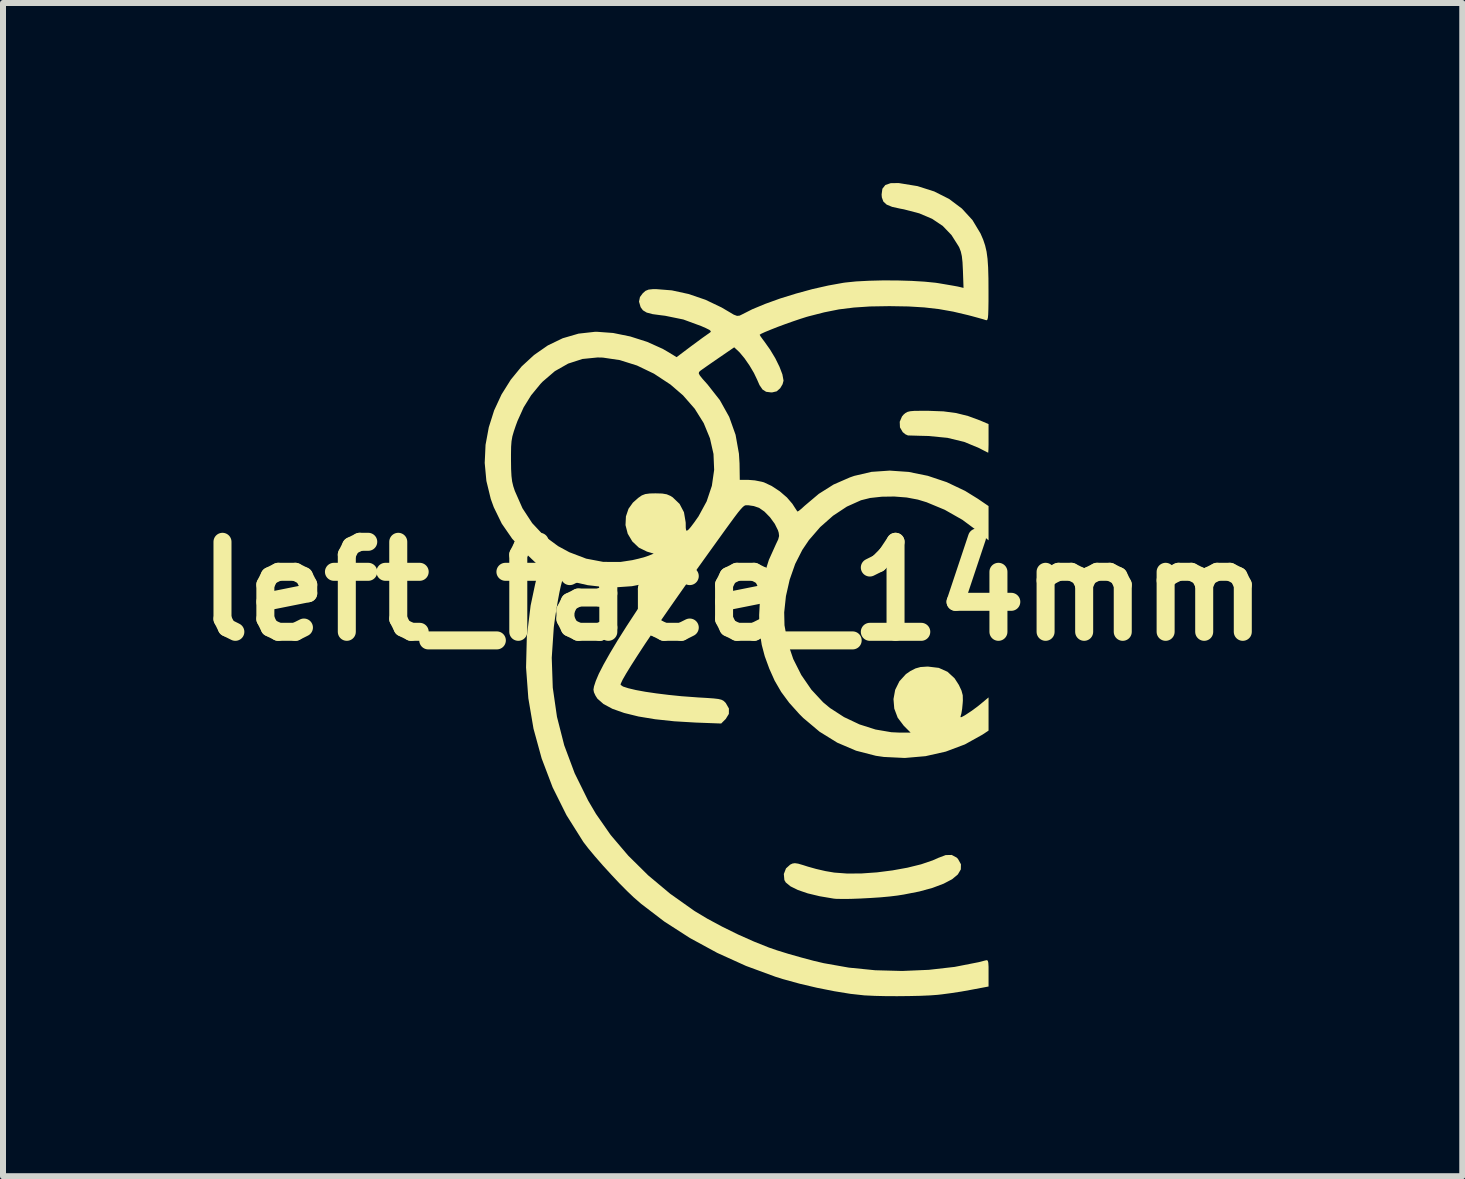
<source format=kicad_pcb>
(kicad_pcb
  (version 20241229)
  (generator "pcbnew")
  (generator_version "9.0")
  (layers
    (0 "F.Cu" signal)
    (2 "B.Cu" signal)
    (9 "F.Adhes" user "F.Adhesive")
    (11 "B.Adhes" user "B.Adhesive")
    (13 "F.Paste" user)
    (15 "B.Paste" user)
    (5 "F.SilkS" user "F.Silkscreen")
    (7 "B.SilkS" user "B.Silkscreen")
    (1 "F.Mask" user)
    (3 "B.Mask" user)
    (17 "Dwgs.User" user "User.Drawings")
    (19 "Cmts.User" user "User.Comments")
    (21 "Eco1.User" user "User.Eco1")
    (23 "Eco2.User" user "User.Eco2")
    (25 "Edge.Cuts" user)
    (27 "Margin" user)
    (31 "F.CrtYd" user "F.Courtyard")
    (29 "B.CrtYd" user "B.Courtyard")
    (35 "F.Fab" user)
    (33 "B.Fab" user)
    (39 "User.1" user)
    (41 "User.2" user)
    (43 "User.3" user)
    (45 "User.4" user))
  (footprint "left_face_14mm"
    (layer "F.Cu")
    (at 9.157 6.799)
    (property "Reference" "left_face_14mm" (at 0 0 0) (layer "F.SilkS") (effects (font (size 1.5 1.5) (thickness 0.3))))
    (attr board_only exclude_from_pos_files exclude_from_bom)
    (fp_poly (pts (xy 3.267 -3.004) (xy 3.512 -2.995) (xy 3.724 -2.967) (xy 3.921 -2.918) (xy 4.122 -2.844) (xy 4.138 -2.837) (xy 4.264 -2.783) (xy 4.264 -2.544) (xy 4.264 -2.439) (xy 4.262 -2.357) (xy 4.259 -2.312) (xy 4.258 -2.306) (xy 4.233 -2.318) (xy 4.174 -2.348) (xy 4.105 -2.384) (xy 3.859 -2.486) (xy 3.578 -2.554) (xy 3.269 -2.584) (xy 3.245 -2.585) (xy 3.123 -2.588) (xy 3.02 -2.591) (xy 2.948 -2.593) (xy 2.92 -2.594) (xy 2.878 -2.613) (xy 2.834 -2.649) (xy 2.788 -2.728) (xy 2.784 -2.822) (xy 2.822 -2.91) (xy 2.849 -2.942) (xy 2.88 -2.968) (xy 2.913 -2.986) (xy 2.958 -2.997) (xy 3.025 -3.003) (xy 3.126 -3.004)) (stroke (width 0) (type solid)) (fill yes) (layer "F.SilkS"))
    (fp_poly (pts (xy 3.733 4.44) (xy 3.755 4.463) (xy 3.804 4.551) (xy 3.802 4.637) (xy 3.752 4.721) (xy 3.656 4.801) (xy 3.515 4.875) (xy 3.332 4.944) (xy 3.11 5.005) (xy 2.849 5.056) (xy 2.741 5.073) (xy 2.616 5.088) (xy 2.464 5.102) (xy 2.297 5.113) (xy 2.127 5.122) (xy 1.966 5.128) (xy 1.827 5.129) (xy 1.722 5.127) (xy 1.682 5.123) (xy 1.451 5.084) (xy 1.251 5.036) (xy 1.087 4.98) (xy 0.964 4.919) (xy 0.885 4.854) (xy 0.862 4.814) (xy 0.853 4.713) (xy 0.889 4.62) (xy 0.959 4.557) (xy 0.997 4.539) (xy 1.037 4.533) (xy 1.092 4.541) (xy 1.174 4.565) (xy 1.252 4.59) (xy 1.391 4.629) (xy 1.547 4.665) (xy 1.689 4.689) (xy 1.697 4.69) (xy 1.911 4.706) (xy 2.151 4.704) (xy 2.407 4.686) (xy 2.665 4.653) (xy 2.913 4.608) (xy 3.14 4.552) (xy 3.334 4.486) (xy 3.426 4.445) (xy 3.55 4.398) (xy 3.651 4.396)) (stroke (width 0) (type solid)) (fill yes) (layer "F.SilkS"))
    (fp_poly (pts (xy 2.773 -6.798) (xy 3.08 -6.748) (xy 3.359 -6.659) (xy 3.607 -6.534) (xy 3.82 -6.374) (xy 3.996 -6.182) (xy 4.13 -5.959) (xy 4.132 -5.954) (xy 4.175 -5.855) (xy 4.207 -5.759) (xy 4.231 -5.656) (xy 4.247 -5.537) (xy 4.257 -5.392) (xy 4.262 -5.212) (xy 4.263 -5.002) (xy 4.263 -4.827) (xy 4.261 -4.698) (xy 4.258 -4.609) (xy 4.253 -4.553) (xy 4.244 -4.523) (xy 4.233 -4.513) (xy 4.217 -4.516) (xy 4.173 -4.53) (xy 4.091 -4.553) (xy 3.985 -4.582) (xy 3.92 -4.599) (xy 3.674 -4.657) (xy 3.437 -4.699) (xy 3.193 -4.727) (xy 2.929 -4.743) (xy 2.628 -4.748) (xy 2.596 -4.748) (xy 2.29 -4.743) (xy 2.021 -4.725) (xy 1.771 -4.694) (xy 1.526 -4.645) (xy 1.268 -4.579) (xy 1.232 -4.569) (xy 1.128 -4.536) (xy 1.007 -4.495) (xy 0.877 -4.449) (xy 0.75 -4.402) (xy 0.634 -4.356) (xy 0.539 -4.317) (xy 0.474 -4.287) (xy 0.45 -4.271) (xy 0.45 -4.271) (xy 0.465 -4.245) (xy 0.503 -4.192) (xy 0.526 -4.162) (xy 0.624 -4.024) (xy 0.711 -3.879) (xy 0.781 -3.737) (xy 0.829 -3.611) (xy 0.847 -3.513) (xy 0.848 -3.506) (xy 0.832 -3.447) (xy 0.793 -3.381) (xy 0.793 -3.381) (xy 0.735 -3.329) (xy 0.659 -3.311) (xy 0.638 -3.311) (xy 0.558 -3.321) (xy 0.498 -3.359) (xy 0.448 -3.432) (xy 0.408 -3.523) (xy 0.355 -3.634) (xy 0.281 -3.759) (xy 0.198 -3.879) (xy 0.119 -3.974) (xy 0.096 -3.997) (xy 0.026 -4.062) (xy -0.232 -3.885) (xy -0.338 -3.812) (xy -0.433 -3.746) (xy -0.504 -3.696) (xy -0.54 -3.67) (xy -0.56 -3.65) (xy -0.564 -3.626) (xy -0.546 -3.592) (xy -0.501 -3.536) (xy -0.426 -3.452) (xy -0.418 -3.443) (xy -0.213 -3.182) (xy -0.057 -2.902) (xy 0.049 -2.604) (xy 0.105 -2.289) (xy 0.115 -2.126) (xy 0.119 -1.854) (xy 0.257 -1.854) (xy 0.37 -1.845) (xy 0.486 -1.822) (xy 0.522 -1.812) (xy 0.65 -1.752) (xy 0.784 -1.664) (xy 0.905 -1.56) (xy 0.996 -1.454) (xy 1.002 -1.444) (xy 1.044 -1.379) (xy 1.073 -1.335) (xy 1.079 -1.326) (xy 1.101 -1.336) (xy 1.149 -1.375) (xy 1.199 -1.421) (xy 1.436 -1.621) (xy 1.682 -1.776) (xy 1.952 -1.894) (xy 2.026 -1.92) (xy 2.313 -1.987) (xy 2.617 -2.008) (xy 2.933 -1.986) (xy 3.252 -1.921) (xy 3.568 -1.815) (xy 3.873 -1.67) (xy 4.085 -1.539) (xy 4.264 -1.417) (xy 4.264 -1.132) (xy 4.264 -0.846) (xy 4.099 -0.987) (xy 3.828 -1.188) (xy 3.534 -1.355) (xy 3.231 -1.481) (xy 3.086 -1.525) (xy 2.9 -1.56) (xy 2.694 -1.576) (xy 2.485 -1.573) (xy 2.292 -1.552) (xy 2.139 -1.514) (xy 1.903 -1.408) (xy 1.673 -1.256) (xy 1.459 -1.067) (xy 1.271 -0.85) (xy 1.161 -0.687) (xy 1.042 -0.453) (xy 0.95 -0.19) (xy 0.888 0.084) (xy 0.859 0.355) (xy 0.864 0.569) (xy 0.915 0.852) (xy 1.01 1.132) (xy 1.144 1.398) (xy 1.312 1.642) (xy 1.507 1.852) (xy 1.621 1.947) (xy 1.856 2.099) (xy 2.114 2.221) (xy 2.381 2.306) (xy 2.644 2.351) (xy 2.771 2.357) (xy 2.965 2.357) (xy 2.852 2.244) (xy 2.75 2.109) (xy 2.693 1.957) (xy 2.68 1.799) (xy 2.708 1.645) (xy 2.778 1.503) (xy 2.887 1.383) (xy 2.961 1.332) (xy 3.047 1.288) (xy 3.13 1.265) (xy 3.235 1.258) (xy 3.26 1.258) (xy 3.435 1.279) (xy 3.58 1.344) (xy 3.698 1.453) (xy 3.769 1.563) (xy 3.813 1.657) (xy 3.834 1.735) (xy 3.836 1.824) (xy 3.833 1.867) (xy 3.824 1.962) (xy 3.811 2.04) (xy 3.801 2.075) (xy 3.795 2.1) (xy 3.815 2.099) (xy 3.868 2.07) (xy 3.896 2.052) (xy 3.985 1.993) (xy 4.085 1.919) (xy 4.138 1.876) (xy 4.264 1.771) (xy 4.264 2.048) (xy 4.264 2.324) (xy 4.163 2.391) (xy 3.87 2.554) (xy 3.551 2.674) (xy 3.214 2.75) (xy 2.868 2.78) (xy 2.519 2.763) (xy 2.387 2.744) (xy 2.057 2.659) (xy 1.743 2.525) (xy 1.449 2.343) (xy 1.177 2.114) (xy 1.111 2.048) (xy 0.942 1.86) (xy 0.809 1.68) (xy 0.7 1.492) (xy 0.611 1.293) (xy 0.535 1.085) (xy 0.485 0.896) (xy 0.455 0.703) (xy 0.443 0.488) (xy 0.442 0.397) (xy 0.459 0.071) (xy 0.512 -0.23) (xy 0.604 -0.521) (xy 0.722 -0.783) (xy 0.76 -0.863) (xy 0.774 -0.919) (xy 0.768 -0.972) (xy 0.755 -1.014) (xy 0.702 -1.121) (xy 0.622 -1.231) (xy 0.53 -1.325) (xy 0.441 -1.387) (xy 0.353 -1.417) (xy 0.266 -1.43) (xy 0.261 -1.43) (xy 0.241 -1.43) (xy 0.224 -1.431) (xy 0.207 -1.428) (xy 0.188 -1.417) (xy 0.164 -1.396) (xy 0.132 -1.361) (xy 0.089 -1.309) (xy 0.033 -1.235) (xy -0.039 -1.137) (xy -0.13 -1.012) (xy -0.243 -0.855) (xy -0.381 -0.663) (xy -0.546 -0.433) (xy -0.619 -0.331) (xy -0.809 -0.064) (xy -0.99 0.194) (xy -1.161 0.44) (xy -1.319 0.672) (xy -1.462 0.884) (xy -1.586 1.074) (xy -1.691 1.238) (xy -1.774 1.373) (xy -1.832 1.474) (xy -1.863 1.54) (xy -1.867 1.563) (xy -1.826 1.59) (xy -1.739 1.618) (xy -1.613 1.648) (xy -1.455 1.677) (xy -1.271 1.704) (xy -1.068 1.729) (xy -0.854 1.751) (xy -0.635 1.767) (xy -0.584 1.771) (xy -0.429 1.78) (xy -0.317 1.788) (xy -0.24 1.797) (xy -0.189 1.809) (xy -0.156 1.825) (xy -0.13 1.848) (xy -0.114 1.865) (xy -0.062 1.956) (xy -0.063 2.046) (xy -0.116 2.132) (xy -0.122 2.137) (xy -0.191 2.206) (xy -0.619 2.19) (xy -0.972 2.169) (xy -1.29 2.135) (xy -1.569 2.089) (xy -1.808 2.03) (xy -2.003 1.961) (xy -2.152 1.881) (xy -2.253 1.792) (xy -2.285 1.742) (xy -2.311 1.686) (xy -2.319 1.641) (xy -2.31 1.588) (xy -2.283 1.505) (xy -2.28 1.496) (xy -2.23 1.378) (xy -2.15 1.222) (xy -2.044 1.034) (xy -1.914 0.817) (xy -1.763 0.578) (xy -1.594 0.32) (xy -1.571 0.285) (xy -1.48 0.149) (xy -1.401 0.03) (xy -1.337 -0.067) (xy -1.292 -0.135) (xy -1.272 -0.167) (xy -1.271 -0.169) (xy -1.295 -0.166) (xy -1.357 -0.151) (xy -1.445 -0.129) (xy -1.463 -0.124) (xy -1.678 -0.082) (xy -1.92 -0.065) (xy -2.171 -0.071) (xy -2.415 -0.099) (xy -2.634 -0.149) (xy -2.711 -0.175) (xy -2.778 -0.197) (xy -2.821 -0.204) (xy -2.826 -0.202) (xy -2.842 -0.165) (xy -2.863 -0.086) (xy -2.887 0.025) (xy -2.912 0.159) (xy -2.937 0.306) (xy -2.96 0.454) (xy -2.979 0.595) (xy -2.98 0.604) (xy -3.014 1.111) (xy -2.997 1.608) (xy -2.927 2.094) (xy -2.806 2.569) (xy -2.632 3.035) (xy -2.407 3.491) (xy -2.277 3.712) (xy -2.032 4.064) (xy -1.739 4.408) (xy -1.407 4.736) (xy -1.04 5.043) (xy -0.645 5.323) (xy -0.63 5.333) (xy -0.418 5.46) (xy -0.172 5.592) (xy 0.09 5.721) (xy 0.353 5.838) (xy 0.6 5.937) (xy 0.742 5.986) (xy 0.933 6.045) (xy 1.145 6.105) (xy 1.351 6.16) (xy 1.517 6.199) (xy 1.935 6.273) (xy 2.375 6.317) (xy 2.824 6.329) (xy 3.27 6.31) (xy 3.7 6.261) (xy 4.102 6.182) (xy 4.205 6.155) (xy 4.234 6.149) (xy 4.251 6.158) (xy 4.26 6.192) (xy 4.264 6.259) (xy 4.264 6.363) (xy 4.264 6.588) (xy 3.966 6.644) (xy 3.811 6.672) (xy 3.641 6.698) (xy 3.483 6.719) (xy 3.411 6.727) (xy 3.288 6.736) (xy 3.126 6.743) (xy 2.939 6.747) (xy 2.742 6.749) (xy 2.547 6.748) (xy 2.37 6.744) (xy 2.224 6.737) (xy 2.198 6.736) (xy 1.962 6.71) (xy 1.692 6.666) (xy 1.405 6.609) (xy 1.116 6.541) (xy 0.84 6.465) (xy 0.715 6.426) (xy 0.223 6.245) (xy -0.256 6.028) (xy -0.712 5.78) (xy -1.139 5.505) (xy -1.526 5.209) (xy -1.648 5.103) (xy -1.757 4.999) (xy -1.886 4.869) (xy -2.024 4.722) (xy -2.163 4.57) (xy -2.293 4.421) (xy -2.404 4.288) (xy -2.487 4.18) (xy -2.492 4.172) (xy -2.769 3.732) (xy -2.999 3.27) (xy -3.182 2.788) (xy -3.318 2.292) (xy -3.404 1.785) (xy -3.442 1.272) (xy -3.429 0.756) (xy -3.366 0.241) (xy -3.29 -0.119) (xy -3.218 -0.411) (xy -3.451 -0.633) (xy -3.673 -0.873) (xy -3.847 -1.125) (xy -3.98 -1.398) (xy -4.03 -1.536) (xy -4.103 -1.836) (xy -4.131 -2.137) (xy -4.124 -2.284) (xy -3.693 -2.284) (xy -3.693 -2.185) (xy -3.691 -2.031) (xy -3.685 -1.917) (xy -3.674 -1.827) (xy -3.655 -1.747) (xy -3.629 -1.669) (xy -3.502 -1.381) (xy -3.34 -1.133) (xy -3.144 -0.924) (xy -2.909 -0.75) (xy -2.721 -0.648) (xy -2.44 -0.541) (xy -2.156 -0.487) (xy -1.869 -0.486) (xy -1.672 -0.516) (xy -1.564 -0.541) (xy -1.466 -0.568) (xy -1.401 -0.59) (xy -1.315 -0.625) (xy -1.427 -0.658) (xy -1.562 -0.724) (xy -1.671 -0.827) (xy -1.748 -0.956) (xy -1.785 -1.1) (xy -1.778 -1.245) (xy -1.735 -1.372) (xy -1.662 -1.474) (xy -1.572 -1.554) (xy -1.513 -1.595) (xy -1.455 -1.617) (xy -1.38 -1.627) (xy -1.285 -1.629) (xy -1.174 -1.626) (xy -1.098 -1.613) (xy -1.035 -1.586) (xy -0.999 -1.563) (xy -0.884 -1.453) (xy -0.811 -1.314) (xy -0.783 -1.149) (xy -0.782 -1.134) (xy -0.781 -1.051) (xy -0.774 -1.011) (xy -0.76 -1.007) (xy -0.733 -1.027) (xy -0.696 -1.07) (xy -0.641 -1.143) (xy -0.579 -1.231) (xy -0.569 -1.245) (xy -0.433 -1.495) (xy -0.346 -1.755) (xy -0.308 -2.02) (xy -0.319 -2.285) (xy -0.378 -2.546) (xy -0.482 -2.799) (xy -0.632 -3.039) (xy -0.827 -3.262) (xy -1.036 -3.442) (xy -1.311 -3.623) (xy -1.594 -3.759) (xy -1.88 -3.849) (xy -2.163 -3.891) (xy -2.251 -3.893) (xy -2.502 -3.868) (xy -2.74 -3.791) (xy -2.962 -3.665) (xy -3.166 -3.49) (xy -3.201 -3.453) (xy -3.358 -3.262) (xy -3.482 -3.062) (xy -3.585 -2.834) (xy -3.612 -2.761) (xy -3.646 -2.661) (xy -3.67 -2.578) (xy -3.684 -2.498) (xy -3.691 -2.405) (xy -3.693 -2.284) (xy -4.124 -2.284) (xy -4.117 -2.437) (xy -4.063 -2.729) (xy -3.974 -3.011) (xy -3.851 -3.276) (xy -3.697 -3.522) (xy -3.516 -3.743) (xy -3.309 -3.934) (xy -3.08 -4.093) (xy -2.832 -4.213) (xy -2.568 -4.29) (xy -2.29 -4.321) (xy -2.263 -4.321) (xy -1.991 -4.301) (xy -1.706 -4.243) (xy -1.424 -4.153) (xy -1.164 -4.036) (xy -1.066 -3.979) (xy -0.934 -3.898) (xy -0.699 -4.075) (xy -0.596 -4.151) (xy -0.504 -4.219) (xy -0.432 -4.27) (xy -0.4 -4.292) (xy -0.37 -4.314) (xy -0.363 -4.331) (xy -0.386 -4.352) (xy -0.446 -4.382) (xy -0.523 -4.416) (xy -0.822 -4.526) (xy -1.126 -4.588) (xy -1.192 -4.596) (xy -1.334 -4.615) (xy -1.432 -4.641) (xy -1.495 -4.679) (xy -1.533 -4.731) (xy -1.56 -4.823) (xy -1.544 -4.9) (xy -1.498 -4.962) (xy -1.452 -5.003) (xy -1.4 -5.024) (xy -1.323 -5.032) (xy -1.277 -5.032) (xy -1.013 -5.011) (xy -0.733 -4.95) (xy -0.452 -4.854) (xy -0.184 -4.726) (xy -0.06 -4.653) (xy 0.019 -4.606) (xy 0.073 -4.586) (xy 0.116 -4.59) (xy 0.153 -4.608) (xy 0.329 -4.697) (xy 0.546 -4.787) (xy 0.793 -4.876) (xy 1.058 -4.958) (xy 1.329 -5.032) (xy 1.595 -5.092) (xy 1.844 -5.137) (xy 1.881 -5.142) (xy 2.057 -5.16) (xy 2.269 -5.171) (xy 2.504 -5.177) (xy 2.746 -5.176) (xy 2.982 -5.169) (xy 3.198 -5.156) (xy 3.38 -5.138) (xy 3.427 -5.131) (xy 3.551 -5.11) (xy 3.662 -5.091) (xy 3.745 -5.076) (xy 3.781 -5.068) (xy 3.847 -5.052) (xy 3.837 -5.34) (xy 3.83 -5.48) (xy 3.819 -5.581) (xy 3.802 -5.657) (xy 3.777 -5.723) (xy 3.764 -5.747) (xy 3.646 -5.933) (xy 3.501 -6.084) (xy 3.324 -6.203) (xy 3.11 -6.294) (xy 2.854 -6.361) (xy 2.795 -6.372) (xy 2.658 -6.402) (xy 2.566 -6.44) (xy 2.511 -6.491) (xy 2.486 -6.56) (xy 2.482 -6.608) (xy 2.495 -6.704) (xy 2.544 -6.766) (xy 2.632 -6.797) (xy 2.761 -6.799)) (stroke (width 0) (type solid)) (fill yes) (layer "F.SilkS")))
  (gr_rect
    (start -3 -3)
    (end 21.314 16.548)
    (stroke (width 0.1) (type default))
    (fill no)
    (layer "Edge.Cuts")))
</source>
